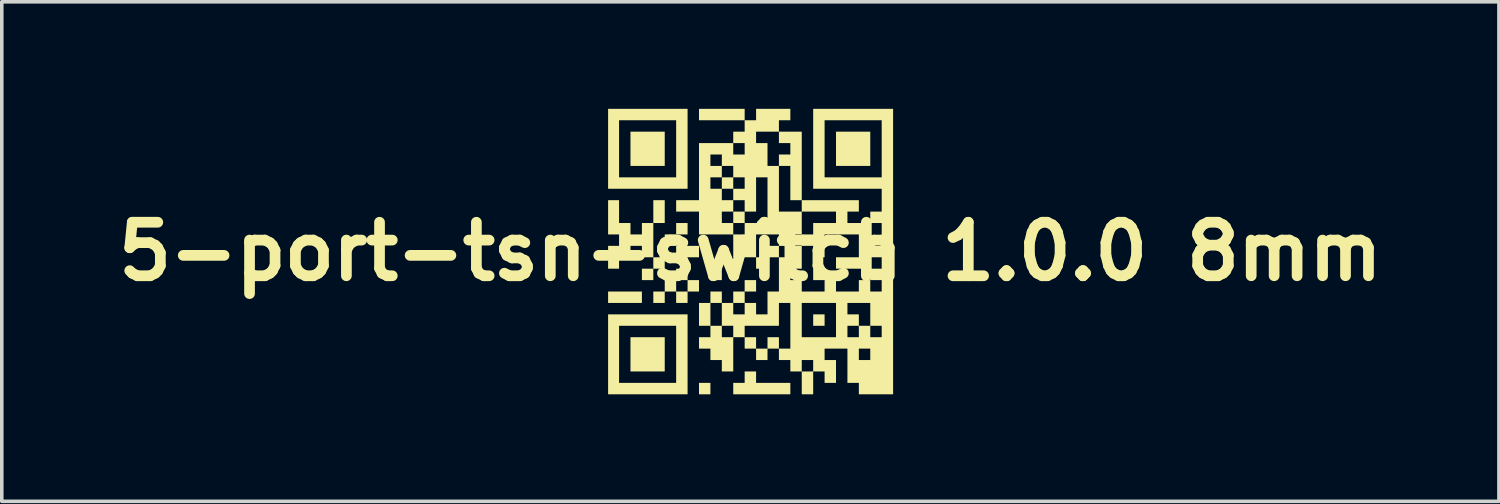
<source format=kicad_pcb>
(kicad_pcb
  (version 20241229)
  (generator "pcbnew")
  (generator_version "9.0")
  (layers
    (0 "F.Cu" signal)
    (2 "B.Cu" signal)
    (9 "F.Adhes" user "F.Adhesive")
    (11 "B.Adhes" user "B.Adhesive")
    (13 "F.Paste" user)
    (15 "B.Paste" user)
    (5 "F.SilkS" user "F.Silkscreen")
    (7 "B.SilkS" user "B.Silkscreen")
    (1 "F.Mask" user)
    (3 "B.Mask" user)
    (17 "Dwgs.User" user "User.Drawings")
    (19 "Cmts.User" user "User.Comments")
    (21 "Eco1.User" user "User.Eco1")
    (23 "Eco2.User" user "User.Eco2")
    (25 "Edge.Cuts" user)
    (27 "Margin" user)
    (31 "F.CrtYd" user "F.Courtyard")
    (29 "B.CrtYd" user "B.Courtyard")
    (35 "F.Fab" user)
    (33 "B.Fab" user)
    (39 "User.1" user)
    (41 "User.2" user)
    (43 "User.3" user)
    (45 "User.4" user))
  (footprint "5-port-tsn-switch 1.0.0 8mm"
    (layer "F.Cu")
    (at 17.979 4)
    (property "Reference" "5-port-tsn-switch 1.0.0 8mm" (at 0 0 0) (layer "F.SilkS") (effects (font (size 1.5 1.5) (thickness 0.3))))
    (attr board_only exclude_from_pos_files exclude_from_bom)
    (fp_poly (pts (xy -3.04 1.28) (xy -3.04 1.44) (xy -3.513 1.44) (xy -3.987 1.44) (xy -3.987 1.28) (xy -3.987 1.12) (xy -3.513 1.12) (xy -3.04 1.12)) (stroke (width 0) (type solid)) (fill yes) (layer "F.SilkS"))
    (fp_poly (pts (xy -2.4 -2.88) (xy -2.4 -2.4) (xy -2.88 -2.4) (xy -3.36 -2.4) (xy -3.36 -2.88) (xy -3.36 -3.36) (xy -2.88 -3.36) (xy -2.4 -3.36)) (stroke (width 0) (type solid)) (fill yes) (layer "F.SilkS"))
    (fp_poly (pts (xy -2.4 2.88) (xy -2.4 3.36) (xy -2.88 3.36) (xy -3.36 3.36) (xy -3.36 2.88) (xy -3.36 2.4) (xy -2.88 2.4) (xy -2.4 2.4)) (stroke (width 0) (type solid)) (fill yes) (layer "F.SilkS"))
    (fp_poly (pts (xy -1.44 0) (xy -1.44 0.16) (xy -1.76 0.16) (xy -2.08 0.16) (xy -2.08 0) (xy -2.08 -0.16) (xy -1.76 -0.16) (xy -1.44 -0.16)) (stroke (width 0) (type solid)) (fill yes) (layer "F.SilkS"))
    (fp_poly (pts (xy -1.12 3.84) (xy -1.12 4) (xy -1.28 4) (xy -1.44 4) (xy -1.44 3.84) (xy -1.44 3.68) (xy -1.28 3.68) (xy -1.12 3.68)) (stroke (width 0) (type solid)) (fill yes) (layer "F.SilkS"))
    (fp_poly (pts (xy -0.8 0.64) (xy -0.8 0.8) (xy -0.96 0.8) (xy -1.12 0.8) (xy -1.12 0.64) (xy -1.12 0.48) (xy -0.96 0.48) (xy -0.8 0.48)) (stroke (width 0) (type solid)) (fill yes) (layer "F.SilkS"))
    (fp_poly (pts (xy -0.48 -1.92) (xy -0.48 -1.76) (xy -0.64 -1.76) (xy -0.8 -1.76) (xy -0.8 -1.92) (xy -0.8 -2.08) (xy -0.64 -2.08) (xy -0.48 -2.08)) (stroke (width 0) (type solid)) (fill yes) (layer "F.SilkS"))
    (fp_poly (pts (xy -0.16 -0.96) (xy -0.16 -0.8) (xy -0.32 -0.8) (xy -0.48 -0.8) (xy -0.48 -0.96) (xy -0.48 -1.12) (xy -0.32 -1.12) (xy -0.16 -1.12)) (stroke (width 0) (type solid)) (fill yes) (layer "F.SilkS"))
    (fp_poly (pts (xy 2.08 0.64) (xy 2.08 0.8) (xy 1.92 0.8) (xy 1.76 0.8) (xy 1.76 0.64) (xy 1.76 0.48) (xy 1.92 0.48) (xy 2.08 0.48)) (stroke (width 0) (type solid)) (fill yes) (layer "F.SilkS"))
    (fp_poly (pts (xy 2.08 1.92) (xy 2.08 2.08) (xy 1.92 2.08) (xy 1.76 2.08) (xy 1.76 1.92) (xy 1.76 1.76) (xy 1.92 1.76) (xy 2.08 1.76)) (stroke (width 0) (type solid)) (fill yes) (layer "F.SilkS"))
    (fp_poly (pts (xy 3.36 -2.88) (xy 3.36 -2.4) (xy 2.88 -2.4) (xy 2.4 -2.4) (xy 2.4 -2.88) (xy 2.4 -3.36) (xy 2.88 -3.36) (xy 3.36 -3.36)) (stroke (width 0) (type solid)) (fill yes) (layer "F.SilkS"))
    (fp_poly (pts (xy -2.4 0.32) (xy -2.4 0.48) (xy -2.56 0.48) (xy -2.72 0.48) (xy -2.72 0.64) (xy -2.72 0.8) (xy -2.88 0.8) (xy -3.04 0.8) (xy -3.04 0.64) (xy -3.04 0.48) (xy -2.88 0.48) (xy -2.72 0.48) (xy -2.72 0.32) (xy -2.72 0.16) (xy -2.56 0.16) (xy -2.4 0.16)) (stroke (width 0) (type solid)) (fill yes) (layer "F.SilkS"))
    (fp_poly (pts (xy -1.76 -0.64) (xy -1.76 -0.48) (xy -1.92 -0.48) (xy -2.08 -0.48) (xy -2.08 -0.32) (xy -2.08 -0.16) (xy -2.24 -0.16) (xy -2.4 -0.16) (xy -2.4 -0.32) (xy -2.4 -0.48) (xy -2.24 -0.48) (xy -2.08 -0.48) (xy -2.08 -0.64) (xy -2.08 -0.8) (xy -1.92 -0.8) (xy -1.76 -0.8)) (stroke (width 0) (type solid)) (fill yes) (layer "F.SilkS"))
    (fp_poly (pts (xy 0.16 3.52) (xy 0.16 3.68) (xy 0.64 3.68) (xy 1.12 3.68) (xy 1.12 3.84) (xy 1.12 4) (xy 0.32 4) (xy -0.48 4) (xy -0.48 3.84) (xy -0.48 3.68) (xy -0.32 3.68) (xy -0.16 3.68) (xy -0.16 3.52) (xy -0.16 3.36) (xy 0 3.36) (xy 0.16 3.36)) (stroke (width 0) (type solid)) (fill yes) (layer "F.SilkS"))
    (fp_poly (pts (xy -1.76 -2.88) (xy -1.76 -1.76) (xy -2.873 -1.76) (xy -3.987 -1.76) (xy -3.987 -2.88) (xy -3.68 -2.88) (xy -3.68 -2.08) (xy -2.88 -2.08) (xy -2.08 -2.08) (xy -2.08 -2.88) (xy -2.08 -3.68) (xy -2.88 -3.68) (xy -3.68 -3.68) (xy -3.68 -2.88) (xy -3.987 -2.88) (xy -3.987 -4) (xy -2.873 -4) (xy -1.76 -4)) (stroke (width 0) (type solid)) (fill yes) (layer "F.SilkS"))
    (fp_poly (pts (xy -1.76 2.88) (xy -1.76 4) (xy -2.873 4) (xy -3.987 4) (xy -3.987 2.88) (xy -3.68 2.88) (xy -3.68 3.68) (xy -2.88 3.68) (xy -2.08 3.68) (xy -2.08 2.88) (xy -2.08 2.08) (xy -2.88 2.08) (xy -3.68 2.08) (xy -3.68 2.88) (xy -3.987 2.88) (xy -3.987 1.76) (xy -2.873 1.76) (xy -1.76 1.76)) (stroke (width 0) (type solid)) (fill yes) (layer "F.SilkS"))
    (fp_poly (pts (xy -1.76 0.64) (xy -1.76 0.8) (xy -1.92 0.8) (xy -2.08 0.8) (xy -2.08 0.96) (xy -2.08 1.12) (xy -1.92 1.12) (xy -1.76 1.12) (xy -1.76 0.96) (xy -1.76 0.8) (xy -1.6 0.8) (xy -1.44 0.8) (xy -1.44 0.96) (xy -1.44 1.12) (xy -1.6 1.12) (xy -1.76 1.12) (xy -1.76 1.28) (xy -1.76 1.44) (xy -1.92 1.44) (xy -2.08 1.44) (xy -2.08 1.28) (xy -2.08 1.12) (xy -2.24 1.12) (xy -2.4 1.12) (xy -2.4 1.28) (xy -2.4 1.44) (xy -2.56 1.44) (xy -2.72 1.44) (xy -2.72 1.28) (xy -2.72 1.12) (xy -2.56 1.12) (xy -2.4 1.12) (xy -2.4 0.96) (xy -2.4 0.8) (xy -2.24 0.8) (xy -2.08 0.8) (xy -2.08 0.64) (xy -2.08 0.48) (xy -1.92 0.48) (xy -1.76 0.48)) (stroke (width 0) (type solid)) (fill yes) (layer "F.SilkS"))
    (fp_poly (pts (xy -3.68 -1.12) (xy -3.68 -0.8) (xy -3.52 -0.8) (xy -3.36 -0.8) (xy -3.36 -0.64) (xy -3.36 -0.48) (xy -3.2 -0.48) (xy -3.04 -0.48) (xy -3.04 -0.64) (xy -3.04 -0.8) (xy -2.88 -0.8) (xy -2.72 -0.8) (xy -2.72 -1.12) (xy -2.72 -1.44) (xy -2.56 -1.44) (xy -2.4 -1.44) (xy -2.4 -1.12) (xy -2.4 -0.8) (xy -2.56 -0.8) (xy -2.72 -0.8) (xy -2.72 -0.32) (xy -2.72 0.16) (xy -2.88 0.16) (xy -3.04 0.16) (xy -3.04 0) (xy -3.04 -0.16) (xy -3.2 -0.16) (xy -3.36 -0.16) (xy -3.36 0) (xy -3.36 0.16) (xy -3.52 0.16) (xy -3.68 0.16) (xy -3.68 0.32) (xy -3.68 0.48) (xy -3.833 0.48) (xy -3.987 0.48) (xy -3.987 0.16) (xy -3.987 -0.16) (xy -3.833 -0.16) (xy -3.68 -0.16) (xy -3.68 -0.32) (xy -3.68 -0.48) (xy -3.833 -0.48) (xy -3.987 -0.48) (xy -3.987 -0.96) (xy -3.987 -1.44) (xy -3.833 -1.44) (xy -3.68 -1.44)) (stroke (width 0) (type solid)) (fill yes) (layer "F.SilkS"))
    (fp_poly (pts (xy -0.16 -3.84) (xy -0.16 -3.68) (xy 0 -3.68) (xy 0.16 -3.68) (xy 0.16 -3.84) (xy 0.16 -4) (xy 0.64 -4) (xy 1.12 -4) (xy 1.12 -3.84) (xy 1.12 -3.68) (xy 0.96 -3.68) (xy 0.8 -3.68) (xy 0.8 -3.52) (xy 0.8 -3.36) (xy 0.48 -3.36) (xy 0.16 -3.36) (xy 0.16 -3.2) (xy 0.16 -3.04) (xy 0.32 -3.04) (xy 0.48 -3.04) (xy 0.48 -2.72) (xy 0.48 -2.4) (xy 0.64 -2.4) (xy 0.8 -2.4) (xy 0.8 -2.56) (xy 0.8 -2.72) (xy 0.96 -2.72) (xy 1.12 -2.72) (xy 1.12 -2.88) (xy 1.12 -3.04) (xy 0.96 -3.04) (xy 0.8 -3.04) (xy 0.8 -3.2) (xy 0.8 -3.36) (xy 1.12 -3.36) (xy 1.44 -3.36) (xy 1.44 -2.4) (xy 1.44 -1.44) (xy 1.28 -1.44) (xy 1.12 -1.44) (xy 1.12 -1.92) (xy 1.12 -2.4) (xy 0.96 -2.4) (xy 0.8 -2.4) (xy 0.8 -1.76) (xy 0.8 -1.12) (xy 1.12 -1.12) (xy 1.44 -1.12) (xy 1.44 -1.28) (xy 1.44 -1.44) (xy 2.24 -1.44) (xy 3.04 -1.44) (xy 3.04 -1.28) (xy 3.04 -1.12) (xy 2.88 -1.12) (xy 2.72 -1.12) (xy 2.72 -0.96) (xy 2.72 -0.8) (xy 3.04 -0.8) (xy 3.36 -0.8) (xy 3.36 -0.96) (xy 3.36 -1.12) (xy 3.52 -1.12) (xy 3.68 -1.12) (xy 3.68 -1.44) (xy 3.68 -1.76) (xy 2.72 -1.76) (xy 1.76 -1.76) (xy 1.76 -2.88) (xy 2.08 -2.88) (xy 2.08 -2.08) (xy 2.88 -2.08) (xy 3.68 -2.08) (xy 3.68 -2.88) (xy 3.68 -3.68) (xy 2.88 -3.68) (xy 2.08 -3.68) (xy 2.08 -2.88) (xy 1.76 -2.88) (xy 1.76 -4) (xy 2.88 -4) (xy 4 -4) (xy 4 0) (xy 4 4) (xy 3.52 4) (xy 3.04 4) (xy 3.04 3.84) (xy 3.04 3.68) (xy 2.88 3.68) (xy 2.72 3.68) (xy 2.72 3.2) (xy 2.72 2.88) (xy 3.04 2.88) (xy 3.04 3.04) (xy 3.2 3.04) (xy 3.36 3.04) (xy 3.36 2.88) (xy 3.36 2.72) (xy 3.2 2.72) (xy 3.04 2.72) (xy 3.04 2.88) (xy 2.72 2.88) (xy 2.72 2.72) (xy 2.4 2.72) (xy 2.08 2.72) (xy 2.08 2.88) (xy 2.08 3.04) (xy 2.24 3.04) (xy 2.4 3.04) (xy 2.4 3.36) (xy 2.4 3.68) (xy 2.24 3.68) (xy 2.08 3.68) (xy 2.08 3.52) (xy 2.08 3.36) (xy 1.92 3.36) (xy 1.76 3.36) (xy 1.76 3.68) (xy 1.76 4) (xy 1.6 4) (xy 1.44 4) (xy 1.44 3.68) (xy 1.44 3.36) (xy 1.28 3.36) (xy 1.12 3.36) (xy 1.12 3.2) (xy 1.44 3.2) (xy 1.44 3.36) (xy 1.6 3.36) (xy 1.76 3.36) (xy 1.76 3.2) (xy 1.76 3.04) (xy 1.6 3.04) (xy 1.44 3.04) (xy 1.44 3.2) (xy 1.12 3.2) (xy 1.12 3.04) (xy 0.96 3.04) (xy 0.8 3.04) (xy 0.8 2.88) (xy 0.8 2.72) (xy 0.64 2.72) (xy 0.48 2.72) (xy 0.48 2.88) (xy 0.48 3.04) (xy 0.32 3.04) (xy 0.16 3.04) (xy 0.16 2.88) (xy 0.16 2.72) (xy 0 2.72) (xy -0.16 2.72) (xy -0.16 2.56) (xy -0.16 2.4) (xy 0 2.4) (xy 0.16 2.4) (xy 0.16 2.56) (xy 0.16 2.72) (xy 0.32 2.72) (xy 0.48 2.72) (xy 0.48 2.56) (xy 0.48 2.4) (xy 0.64 2.4) (xy 0.8 2.4) (xy 0.8 2.56) (xy 0.8 2.72) (xy 0.96 2.72) (xy 1.12 2.72) (xy 1.12 2.08) (xy 1.12 1.92) (xy 1.44 1.92) (xy 1.44 2.4) (xy 1.92 2.4) (xy 2.4 2.4) (xy 2.4 1.92) (xy 2.4 1.6) (xy 2.72 1.6) (xy 2.72 1.76) (xy 2.88 1.76) (xy 3.04 1.76) (xy 3.04 1.92) (xy 3.04 2.08) (xy 2.88 2.08) (xy 2.72 2.08) (xy 2.72 2.24) (xy 2.72 2.4) (xy 2.88 2.4) (xy 3.04 2.4) (xy 3.04 2.24) (xy 3.36 2.24) (xy 3.36 2.4) (xy 3.52 2.4) (xy 3.68 2.4) (xy 3.68 2.24) (xy 3.68 2.08) (xy 3.52 2.08) (xy 3.36 2.08) (xy 3.36 2.24) (xy 3.04 2.24) (xy 3.04 2.08) (xy 3.2 2.08) (xy 3.36 2.08) (xy 3.36 1.76) (xy 3.36 1.44) (xy 3.04 1.44) (xy 2.72 1.44) (xy 2.72 1.6) (xy 2.4 1.6) (xy 2.4 1.44) (xy 1.92 1.44) (xy 1.44 1.44) (xy 1.44 1.92) (xy 1.12 1.92) (xy 1.12 1.44) (xy 0.96 1.44) (xy 0.8 1.44) (xy 0.8 1.76) (xy 0.8 2.08) (xy 0.32 2.08) (xy -0.16 2.08) (xy -0.16 2.24) (xy -0.16 2.4) (xy -0.32 2.4) (xy -0.48 2.4) (xy -0.48 2.88) (xy -0.48 3.36) (xy -0.64 3.36) (xy -0.8 3.36) (xy -0.8 3.2) (xy -0.8 3.04) (xy -0.96 3.04) (xy -1.12 3.04) (xy -1.12 2.88) (xy -1.12 2.72) (xy -1.28 2.72) (xy -1.44 2.72) (xy -1.44 2.56) (xy -1.44 2.4) (xy -1.28 2.4) (xy -1.12 2.4) (xy -1.12 2.24) (xy -0.8 2.24) (xy -0.8 2.4) (xy -0.64 2.4) (xy -0.48 2.4) (xy -0.48 2.24) (xy -0.48 2.08) (xy -0.64 2.08) (xy -0.8 2.08) (xy -0.8 2.24) (xy -1.12 2.24) (xy -1.12 2.08) (xy -1.28 2.08) (xy -1.44 2.08) (xy -1.44 1.76) (xy -1.12 1.76) (xy -1.12 2.08) (xy -0.96 2.08) (xy -0.8 2.08) (xy -0.8 1.76) (xy -0.8 1.44) (xy -0.96 1.44) (xy -1.12 1.44) (xy -1.12 1.76) (xy -1.44 1.76) (xy -1.44 1.44) (xy -1.28 1.44) (xy -1.12 1.44) (xy -1.12 1.28) (xy -1.12 1.12) (xy -0.96 1.12) (xy -0.8 1.12) (xy -0.8 1.28) (xy -0.8 1.44) (xy -0.64 1.44) (xy -0.48 1.44) (xy -0.48 1.28) (xy -0.48 1.12) (xy -0.32 1.12) (xy -0.16 1.12) (xy -0.16 0.96) (xy -0.16 0.8) (xy 0 0.8) (xy 0.16 0.8) (xy 0.16 0.96) (xy 0.16 1.12) (xy 0 1.12) (xy -0.16 1.12) (xy -0.16 1.28) (xy -0.16 1.44) (xy -0.32 1.44) (xy -0.48 1.44) (xy -0.48 1.6) (xy -0.48 1.76) (xy -0.32 1.76) (xy -0.16 1.76) (xy -0.16 1.6) (xy -0.16 1.44) (xy 0 1.44) (xy 0.16 1.44) (xy 0.16 1.6) (xy 0.16 1.76) (xy 0.32 1.76) (xy 0.48 1.76) (xy 0.48 1.44) (xy 0.48 1.12) (xy 0.64 1.12) (xy 0.8 1.12) (xy 0.8 0.64) (xy 0.8 0.48) (xy 1.12 0.48) (xy 1.12 0.64) (xy 1.12 0.8) (xy 1.28 0.8) (xy 1.44 0.8) (xy 1.44 0.96) (xy 1.44 1.12) (xy 1.76 1.12) (xy 2.08 1.12) (xy 2.08 0.96) (xy 2.08 0.8) (xy 2.24 0.8) (xy 2.4 0.8) (xy 2.4 0.96) (xy 2.4 1.12) (xy 2.72 1.12) (xy 3.04 1.12) (xy 3.04 0.96) (xy 3.36 0.96) (xy 3.36 1.12) (xy 3.52 1.12) (xy 3.68 1.12) (xy 3.68 0.96) (xy 3.68 0.8) (xy 3.52 0.8) (xy 3.36 0.8) (xy 3.36 0.96) (xy 3.04 0.96) (xy 3.04 0.8) (xy 3.2 0.8) (xy 3.36 0.8) (xy 3.36 0.64) (xy 3.36 0.48) (xy 3.52 0.48) (xy 3.68 0.48) (xy 3.68 0.32) (xy 3.68 0.16) (xy 3.52 0.16) (xy 3.36 0.16) (xy 3.36 0.32) (xy 3.36 0.48) (xy 2.88 0.48) (xy 2.4 0.48) (xy 2.4 0.32) (xy 2.4 0.16) (xy 2.72 0.16) (xy 3.04 0.16) (xy 3.04 -0.16) (xy 3.04 -0.48) (xy 3.36 -0.48) (xy 3.36 -0.16) (xy 3.52 -0.16) (xy 3.68 -0.16) (xy 3.68 -0.48) (xy 3.68 -0.8) (xy 3.52 -0.8) (xy 3.36 -0.8) (xy 3.36 -0.48) (xy 3.04 -0.48) (xy 2.56 -0.48) (xy 2.08 -0.48) (xy 2.08 -0.16) (xy 2.08 0.16) (xy 1.92 0.16) (xy 1.76 0.16) (xy 1.76 0) (xy 1.76 -0.16) (xy 1.6 -0.16) (xy 1.44 -0.16) (xy 1.44 0.16) (xy 1.44 0.48) (xy 1.28 0.48) (xy 1.12 0.48) (xy 0.8 0.48) (xy 0.8 0.16) (xy 0.64 0.16) (xy 0.48 0.16) (xy 0.48 0.32) (xy 0.48 0.48) (xy 0.32 0.48) (xy 0.16 0.48) (xy 0.16 0.32) (xy 0.16 0.16) (xy -0.16 0.16) (xy -0.48 0.16) (xy -0.48 -0.16) (xy -0.48 -0.48) (xy -0.96 -0.48) (xy -1.44 -0.48) (xy -1.44 -0.8) (xy -1.44 -1.12) (xy -0.8 -1.12) (xy -0.8 -0.96) (xy -0.8 -0.8) (xy -0.64 -0.8) (xy -0.48 -0.8) (xy -0.48 -0.64) (xy -0.48 -0.48) (xy -0.32 -0.48) (xy -0.16 -0.48) (xy 0.16 -0.48) (xy 0.16 -0.16) (xy 0.16 0.16) (xy 0.32 0.16) (xy 0.48 0.16) (xy 0.48 0) (xy 0.48 -0.16) (xy 0.64 -0.16) (xy 0.8 -0.16) (xy 0.8 0) (xy 0.8 0.16) (xy 0.96 0.16) (xy 1.12 0.16) (xy 1.12 0) (xy 1.12 -0.16) (xy 1.28 -0.16) (xy 1.44 -0.16) (xy 1.44 -0.32) (xy 1.44 -0.48) (xy 1.6 -0.48) (xy 1.76 -0.48) (xy 1.76 -0.64) (xy 1.76 -0.8) (xy 2.08 -0.8) (xy 2.4 -0.8) (xy 2.4 -0.96) (xy 2.4 -1.12) (xy 1.92 -1.12) (xy 1.44 -1.12) (xy 1.44 -0.8) (xy 1.44 -0.48) (xy 1.28 -0.48) (xy 1.12 -0.48) (xy 1.12 -0.32) (xy 1.12 -0.16) (xy 0.96 -0.16) (xy 0.8 -0.16) (xy 0.8 -0.32) (xy 0.8 -0.48) (xy 0.48 -0.48) (xy 0.16 -0.48) (xy -0.16 -0.48) (xy -0.16 -0.64) (xy -0.16 -0.8) (xy 0.16 -0.8) (xy 0.48 -0.8) (xy 0.48 -1.44) (xy 0.48 -2.08) (xy 0.32 -2.08) (xy 0.16 -2.08) (xy 0.16 -1.6) (xy 0.16 -1.12) (xy 0 -1.12) (xy -0.16 -1.12) (xy -0.16 -1.28) (xy -0.16 -1.44) (xy -0.32 -1.44) (xy -0.48 -1.44) (xy -0.48 -1.28) (xy -0.48 -1.12) (xy -0.64 -1.12) (xy -0.8 -1.12) (xy -1.44 -1.12) (xy -1.76 -1.12) (xy -2.08 -1.12) (xy -2.08 -1.28) (xy -2.08 -1.44) (xy -1.76 -1.44) (xy -1.44 -1.44) (xy -1.44 -2.08) (xy -1.12 -2.08) (xy -1.12 -1.92) (xy -1.12 -1.76) (xy -0.96 -1.76) (xy -0.8 -1.76) (xy -0.8 -1.6) (xy -0.8 -1.44) (xy -0.64 -1.44) (xy -0.48 -1.44) (xy -0.48 -1.6) (xy -0.48 -1.76) (xy -0.32 -1.76) (xy -0.16 -1.76) (xy -0.16 -1.92) (xy -0.16 -2.08) (xy -0.32 -2.08) (xy -0.48 -2.08) (xy -0.48 -2.24) (xy -0.48 -2.4) (xy -0.64 -2.4) (xy -0.8 -2.4) (xy -0.8 -2.24) (xy -0.8 -2.08) (xy -0.96 -2.08) (xy -1.12 -2.08) (xy -1.44 -2.08) (xy -1.44 -2.24) (xy -1.44 -2.56) (xy -1.12 -2.56) (xy -1.12 -2.4) (xy -0.96 -2.4) (xy -0.8 -2.4) (xy -0.8 -2.56) (xy -0.8 -2.72) (xy -0.96 -2.72) (xy -1.12 -2.72) (xy -1.12 -2.56) (xy -1.44 -2.56) (xy -1.44 -2.88) (xy -0.48 -2.88) (xy -0.48 -2.72) (xy -0.32 -2.72) (xy -0.16 -2.72) (xy -0.16 -2.88) (xy -0.16 -3.04) (xy -0.32 -3.04) (xy -0.48 -3.04) (xy -0.48 -2.88) (xy -1.44 -2.88) (xy -1.44 -3.04) (xy -0.96 -3.04) (xy -0.48 -3.04) (xy -0.48 -3.2) (xy -0.48 -3.36) (xy -0.32 -3.36) (xy -0.16 -3.36) (xy -0.16 -3.52) (xy -0.16 -3.68) (xy -0.8 -3.68) (xy -1.44 -3.68) (xy -1.44 -3.84) (xy -1.44 -4) (xy -0.8 -4) (xy -0.16 -4)) (stroke (width 0) (type solid)) (fill yes) (layer "F.SilkS")))
  (gr_rect
    (start -3 -3)
    (end 38.957 11)
    (stroke (width 0.1) (type default))
    (fill no)
    (layer "Edge.Cuts")))
</source>
